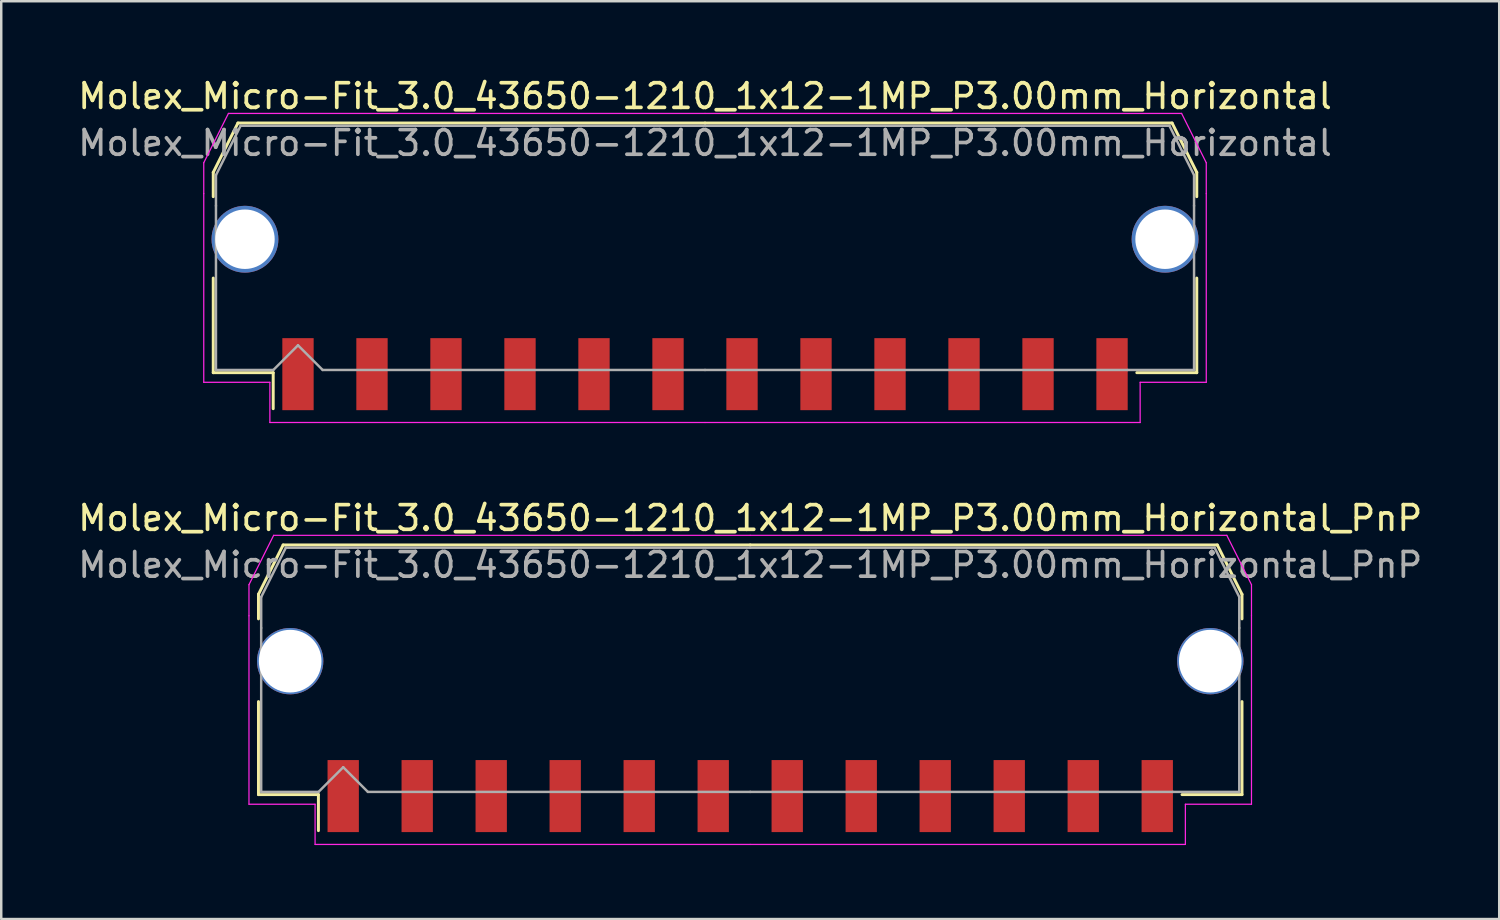
<source format=kicad_pcb>
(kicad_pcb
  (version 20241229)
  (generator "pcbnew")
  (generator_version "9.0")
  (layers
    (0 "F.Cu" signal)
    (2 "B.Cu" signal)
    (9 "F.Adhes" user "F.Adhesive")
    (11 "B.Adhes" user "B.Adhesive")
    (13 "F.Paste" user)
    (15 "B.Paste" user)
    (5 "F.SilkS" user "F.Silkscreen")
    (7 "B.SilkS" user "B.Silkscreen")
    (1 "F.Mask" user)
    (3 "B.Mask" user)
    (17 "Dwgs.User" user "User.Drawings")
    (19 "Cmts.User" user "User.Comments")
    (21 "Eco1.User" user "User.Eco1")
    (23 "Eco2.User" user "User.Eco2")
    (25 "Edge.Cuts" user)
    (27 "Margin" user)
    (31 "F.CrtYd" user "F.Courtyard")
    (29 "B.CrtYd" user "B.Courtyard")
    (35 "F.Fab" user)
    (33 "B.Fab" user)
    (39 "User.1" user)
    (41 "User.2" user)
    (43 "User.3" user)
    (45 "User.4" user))
  (footprint "Molex_Micro-Fit_3.0_43650-1210_1x12-1MP_P3.00mm_Horizontal_PnP"
    (layer "F.Cu")
    (at 27.363 24.102)
    (property "Reference" "Molex_Micro-Fit_3.0_43650-1210_1x12-1MP_P3.00mm_Horizontal_PnP" (at 0 -6.15 0) (layer "F.SilkS") (effects (font (size 1 1) (thickness 0.15))))
    (attr smd)
    (fp_line (start -19.935 -3.06) (end -19.935 -2.065) (stroke (width 0.12) (type solid)) (layer "F.SilkS"))
    (fp_line (start -19.935 1.29) (end -19.935 5.06) (stroke (width 0.12) (type solid)) (layer "F.SilkS"))
    (fp_line (start -19.935 5.06) (end -17.505 5.06) (stroke (width 0.12) (type solid)) (layer "F.SilkS"))
    (fp_line (start -18.935 -5.06) (end -19.935 -3.06) (stroke (width 0.12) (type solid)) (layer "F.SilkS"))
    (fp_line (start -17.505 5.06) (end -17.505 6.52) (stroke (width 0.12) (type solid)) (layer "F.SilkS"))
    (fp_line (start 0 -5.06) (end -18.935 -5.06) (stroke (width 0.12) (type solid)) (layer "F.SilkS"))
    (fp_line (start 0 -5.06) (end 18.935 -5.06) (stroke (width 0.12) (type solid)) (layer "F.SilkS"))
    (fp_line (start 18.935 -5.06) (end 19.935 -3.06) (stroke (width 0.12) (type solid)) (layer "F.SilkS"))
    (fp_line (start 19.935 -3.06) (end 19.935 -2.065) (stroke (width 0.12) (type solid)) (layer "F.SilkS"))
    (fp_line (start 19.935 1.29) (end 19.935 5.06) (stroke (width 0.12) (type solid)) (layer "F.SilkS"))
    (fp_line (start 19.935 5.06) (end 17.505 5.06) (stroke (width 0.12) (type solid)) (layer "F.SilkS"))
    (fp_line (start -20.32 -3.45) (end -20.32 -2.19) (stroke (width 0.05) (type solid)) (layer "F.CrtYd"))
    (fp_line (start -20.32 -2.19) (end -20.32 5.45) (stroke (width 0.05) (type solid)) (layer "F.CrtYd"))
    (fp_line (start -20.32 5.45) (end -17.64 5.45) (stroke (width 0.05) (type solid)) (layer "F.CrtYd"))
    (fp_line (start -19.32 -5.45) (end -20.32 -3.45) (stroke (width 0.05) (type solid)) (layer "F.CrtYd"))
    (fp_line (start -17.64 5.45) (end -17.64 7.08) (stroke (width 0.05) (type solid)) (layer "F.CrtYd"))
    (fp_line (start -17.64 7.08) (end 0 7.08) (stroke (width 0.05) (type solid)) (layer "F.CrtYd"))
    (fp_line (start 0 -5.45) (end -19.32 -5.45) (stroke (width 0.05) (type solid)) (layer "F.CrtYd"))
    (fp_line (start 0 -5.45) (end 19.32 -5.45) (stroke (width 0.05) (type solid)) (layer "F.CrtYd"))
    (fp_line (start 17.64 5.45) (end 17.64 7.08) (stroke (width 0.05) (type solid)) (layer "F.CrtYd"))
    (fp_line (start 17.64 7.08) (end 0 7.08) (stroke (width 0.05) (type solid)) (layer "F.CrtYd"))
    (fp_line (start 19.32 -5.45) (end 20.32 -3.45) (stroke (width 0.05) (type solid)) (layer "F.CrtYd"))
    (fp_line (start 20.32 -3.45) (end 20.32 -2.19) (stroke (width 0.05) (type solid)) (layer "F.CrtYd"))
    (fp_line (start 20.32 -2.19) (end 20.32 5.45) (stroke (width 0.05) (type solid)) (layer "F.CrtYd"))
    (fp_line (start 20.32 5.45) (end 17.64 5.45) (stroke (width 0.05) (type solid)) (layer "F.CrtYd"))
    (fp_line (start -19.825 -2.95) (end -19.825 -1.695) (stroke (width 0.1) (type solid)) (layer "F.Fab"))
    (fp_line (start -19.825 -1.695) (end -19.825 4.95) (stroke (width 0.1) (type solid)) (layer "F.Fab"))
    (fp_line (start -19.825 4.95) (end -17.5 4.95) (stroke (width 0.1) (type solid)) (layer "F.Fab"))
    (fp_line (start -18.825 -4.95) (end -19.825 -2.95) (stroke (width 0.1) (type solid)) (layer "F.Fab"))
    (fp_line (start -17.5 4.95) (end -16.5 3.95) (stroke (width 0.1) (type solid)) (layer "F.Fab"))
    (fp_line (start -16.5 3.95) (end -15.5 4.95) (stroke (width 0.1) (type solid)) (layer "F.Fab"))
    (fp_line (start -15.5 4.95) (end 0 4.95) (stroke (width 0.1) (type solid)) (layer "F.Fab"))
    (fp_line (start 0 -4.95) (end -18.825 -4.95) (stroke (width 0.1) (type solid)) (layer "F.Fab"))
    (fp_line (start 0 -4.95) (end 18.825 -4.95) (stroke (width 0.1) (type solid)) (layer "F.Fab"))
    (fp_line (start 17.135 4.95) (end 0 4.95) (stroke (width 0.1) (type solid)) (layer "F.Fab"))
    (fp_line (start 18.825 -4.95) (end 19.825 -2.95) (stroke (width 0.1) (type solid)) (layer "F.Fab"))
    (fp_line (start 19.825 -2.95) (end 19.825 -1.695) (stroke (width 0.1) (type solid)) (layer "F.Fab"))
    (fp_line (start 19.825 -1.695) (end 19.825 4.95) (stroke (width 0.1) (type solid)) (layer "F.Fab"))
    (fp_line (start 19.825 4.95) (end 17.135 4.95) (stroke (width 0.1) (type solid)) (layer "F.Fab"))
    (fp_text user "${REFERENCE}" (at 0 -4.25 0) (layer "F.Fab") (effects (font (size 1 1) (thickness 0.15))))
    (pad "1" smd rect (at -16.5 5.12) (size 1.27 2.92) (layers "F.Cu" "F.Mask" "F.Paste"))
    (pad "2" smd rect (at -13.5 5.12) (size 1.27 2.92) (layers "F.Cu" "F.Mask" "F.Paste"))
    (pad "3" smd rect (at -10.5 5.12) (size 1.27 2.92) (layers "F.Cu" "F.Mask" "F.Paste"))
    (pad "4" smd rect (at -7.5 5.12) (size 1.27 2.92) (layers "F.Cu" "F.Mask" "F.Paste"))
    (pad "5" smd rect (at -4.5 5.12) (size 1.27 2.92) (layers "F.Cu" "F.Mask" "F.Paste"))
    (pad "6" smd rect (at -1.5 5.12) (size 1.27 2.92) (layers "F.Cu" "F.Mask" "F.Paste"))
    (pad "7" smd rect (at 1.5 5.12) (size 1.27 2.92) (layers "F.Cu" "F.Mask" "F.Paste"))
    (pad "8" smd rect (at 4.5 5.12) (size 1.27 2.92) (layers "F.Cu" "F.Mask" "F.Paste"))
    (pad "9" smd rect (at 7.5 5.12) (size 1.27 2.92) (layers "F.Cu" "F.Mask" "F.Paste"))
    (pad "10" smd rect (at 10.5 5.12) (size 1.27 2.92) (layers "F.Cu" "F.Mask" "F.Paste"))
    (pad "11" smd rect (at 13.5 5.12) (size 1.27 2.92) (layers "F.Cu" "F.Mask" "F.Paste"))
    (pad "12" smd rect (at 16.5 5.12) (size 1.27 2.92) (layers "F.Cu" "F.Mask" "F.Paste"))
    (pad "MP" thru_hole circle (at -18.65 -0.35) (size 2.69 2.69) (drill 2.54) (layers "*.Cu" "*.Mask"))
    (pad "MP" thru_hole circle (at 18.65 -0.35) (size 2.69 2.69) (drill 2.54) (layers "*.Cu" "*.Mask")))
  (footprint "Molex_Micro-Fit_3.0_43650-1210_1x12-1MP_P3.00mm_Horizontal"
    (layer "F.Cu")
    (at 25.53 6.998)
    (property "Reference" "Molex_Micro-Fit_3.0_43650-1210_1x12-1MP_P3.00mm_Horizontal" (at 0 -6.15 0) (layer "F.SilkS") (effects (font (size 1 1) (thickness 0.15))))
    (attr smd)
    (fp_line (start -19.935 -3.06) (end -19.935 -2.075) (stroke (width 0.12) (type solid)) (layer "F.SilkS"))
    (fp_line (start -19.935 1.225) (end -19.935 5.06) (stroke (width 0.12) (type solid)) (layer "F.SilkS"))
    (fp_line (start -19.935 5.06) (end -17.505 5.06) (stroke (width 0.12) (type solid)) (layer "F.SilkS"))
    (fp_line (start -18.935 -5.06) (end -19.935 -3.06) (stroke (width 0.12) (type solid)) (layer "F.SilkS"))
    (fp_line (start -17.505 5.06) (end -17.505 6.52) (stroke (width 0.12) (type solid)) (layer "F.SilkS"))
    (fp_line (start 0 -5.06) (end -18.935 -5.06) (stroke (width 0.12) (type solid)) (layer "F.SilkS"))
    (fp_line (start 0 -5.06) (end 18.935 -5.06) (stroke (width 0.12) (type solid)) (layer "F.SilkS"))
    (fp_line (start 18.935 -5.06) (end 19.935 -3.06) (stroke (width 0.12) (type solid)) (layer "F.SilkS"))
    (fp_line (start 19.935 -3.06) (end 19.935 -2.075) (stroke (width 0.12) (type solid)) (layer "F.SilkS"))
    (fp_line (start 19.935 1.225) (end 19.935 5.06) (stroke (width 0.12) (type solid)) (layer "F.SilkS"))
    (fp_line (start 19.935 5.06) (end 17.505 5.06) (stroke (width 0.12) (type solid)) (layer "F.SilkS"))
    (fp_line (start -20.32 -3.45) (end -20.32 -2.2) (stroke (width 0.05) (type solid)) (layer "F.CrtYd"))
    (fp_line (start -20.32 -2.2) (end -20.32 5.45) (stroke (width 0.05) (type solid)) (layer "F.CrtYd"))
    (fp_line (start -20.32 5.45) (end -17.64 5.45) (stroke (width 0.05) (type solid)) (layer "F.CrtYd"))
    (fp_line (start -19.32 -5.45) (end -20.32 -3.45) (stroke (width 0.05) (type solid)) (layer "F.CrtYd"))
    (fp_line (start -17.64 5.45) (end -17.64 7.08) (stroke (width 0.05) (type solid)) (layer "F.CrtYd"))
    (fp_line (start -17.64 7.08) (end 0 7.08) (stroke (width 0.05) (type solid)) (layer "F.CrtYd"))
    (fp_line (start 0 -5.45) (end -19.32 -5.45) (stroke (width 0.05) (type solid)) (layer "F.CrtYd"))
    (fp_line (start 0 -5.45) (end 19.32 -5.45) (stroke (width 0.05) (type solid)) (layer "F.CrtYd"))
    (fp_line (start 17.64 5.45) (end 17.64 7.08) (stroke (width 0.05) (type solid)) (layer "F.CrtYd"))
    (fp_line (start 17.64 7.08) (end 0 7.08) (stroke (width 0.05) (type solid)) (layer "F.CrtYd"))
    (fp_line (start 19.32 -5.45) (end 20.32 -3.45) (stroke (width 0.05) (type solid)) (layer "F.CrtYd"))
    (fp_line (start 20.32 -3.45) (end 20.32 -2.2) (stroke (width 0.05) (type solid)) (layer "F.CrtYd"))
    (fp_line (start 20.32 -2.2) (end 20.32 5.45) (stroke (width 0.05) (type solid)) (layer "F.CrtYd"))
    (fp_line (start 20.32 5.45) (end 17.64 5.45) (stroke (width 0.05) (type solid)) (layer "F.CrtYd"))
    (fp_line (start -19.825 -2.95) (end -19.825 -1.705) (stroke (width 0.1) (type solid)) (layer "F.Fab"))
    (fp_line (start -19.825 -1.705) (end -19.825 4.95) (stroke (width 0.1) (type solid)) (layer "F.Fab"))
    (fp_line (start -19.825 4.95) (end -17.5 4.95) (stroke (width 0.1) (type solid)) (layer "F.Fab"))
    (fp_line (start -18.825 -4.95) (end -19.825 -2.95) (stroke (width 0.1) (type solid)) (layer "F.Fab"))
    (fp_line (start -17.5 4.95) (end -16.5 3.95) (stroke (width 0.1) (type solid)) (layer "F.Fab"))
    (fp_line (start -16.5 3.95) (end -15.5 4.95) (stroke (width 0.1) (type solid)) (layer "F.Fab"))
    (fp_line (start -15.5 4.95) (end 0 4.95) (stroke (width 0.1) (type solid)) (layer "F.Fab"))
    (fp_line (start 0 -4.95) (end -18.825 -4.95) (stroke (width 0.1) (type solid)) (layer "F.Fab"))
    (fp_line (start 0 -4.95) (end 18.825 -4.95) (stroke (width 0.1) (type solid)) (layer "F.Fab"))
    (fp_line (start 17.135 4.95) (end 0 4.95) (stroke (width 0.1) (type solid)) (layer "F.Fab"))
    (fp_line (start 18.825 -4.95) (end 19.825 -2.95) (stroke (width 0.1) (type solid)) (layer "F.Fab"))
    (fp_line (start 19.825 -2.95) (end 19.825 -1.705) (stroke (width 0.1) (type solid)) (layer "F.Fab"))
    (fp_line (start 19.825 -1.705) (end 19.825 4.95) (stroke (width 0.1) (type solid)) (layer "F.Fab"))
    (fp_line (start 19.825 4.95) (end 17.135 4.95) (stroke (width 0.1) (type solid)) (layer "F.Fab"))
    (fp_text user "${REFERENCE}" (at 0 -4.25 0) (layer "F.Fab") (effects (font (size 1 1) (thickness 0.15))))
    (pad "1" smd rect (at -16.5 5.12) (size 1.27 2.92) (layers "F.Cu" "F.Mask" "F.Paste"))
    (pad "2" smd rect (at -13.5 5.12) (size 1.27 2.92) (layers "F.Cu" "F.Mask" "F.Paste"))
    (pad "3" smd rect (at -10.5 5.12) (size 1.27 2.92) (layers "F.Cu" "F.Mask" "F.Paste"))
    (pad "4" smd rect (at -7.5 5.12) (size 1.27 2.92) (layers "F.Cu" "F.Mask" "F.Paste"))
    (pad "5" smd rect (at -4.5 5.12) (size 1.27 2.92) (layers "F.Cu" "F.Mask" "F.Paste"))
    (pad "6" smd rect (at -1.5 5.12) (size 1.27 2.92) (layers "F.Cu" "F.Mask" "F.Paste"))
    (pad "7" smd rect (at 1.5 5.12) (size 1.27 2.92) (layers "F.Cu" "F.Mask" "F.Paste"))
    (pad "8" smd rect (at 4.5 5.12) (size 1.27 2.92) (layers "F.Cu" "F.Mask" "F.Paste"))
    (pad "9" smd rect (at 7.5 5.12) (size 1.27 2.92) (layers "F.Cu" "F.Mask" "F.Paste"))
    (pad "10" smd rect (at 10.5 5.12) (size 1.27 2.92) (layers "F.Cu" "F.Mask" "F.Paste"))
    (pad "11" smd rect (at 13.5 5.12) (size 1.27 2.92) (layers "F.Cu" "F.Mask" "F.Paste"))
    (pad "12" smd rect (at 16.5 5.12) (size 1.27 2.92) (layers "F.Cu" "F.Mask" "F.Paste"))
    (pad "MP" thru_hole circle (at -18.65 -0.35) (size 2.71 2.71) (drill 2.41) (layers "*.Cu" "*.Mask"))
    (pad "MP" thru_hole circle (at 18.65 -0.35) (size 2.71 2.71) (drill 2.41) (layers "*.Cu" "*.Mask")))
  (gr_rect
    (start -3 -3)
    (end 57.726 34.206)
    (stroke (width 0.1) (type default))
    (fill no)
    (layer "Edge.Cuts")))
</source>
